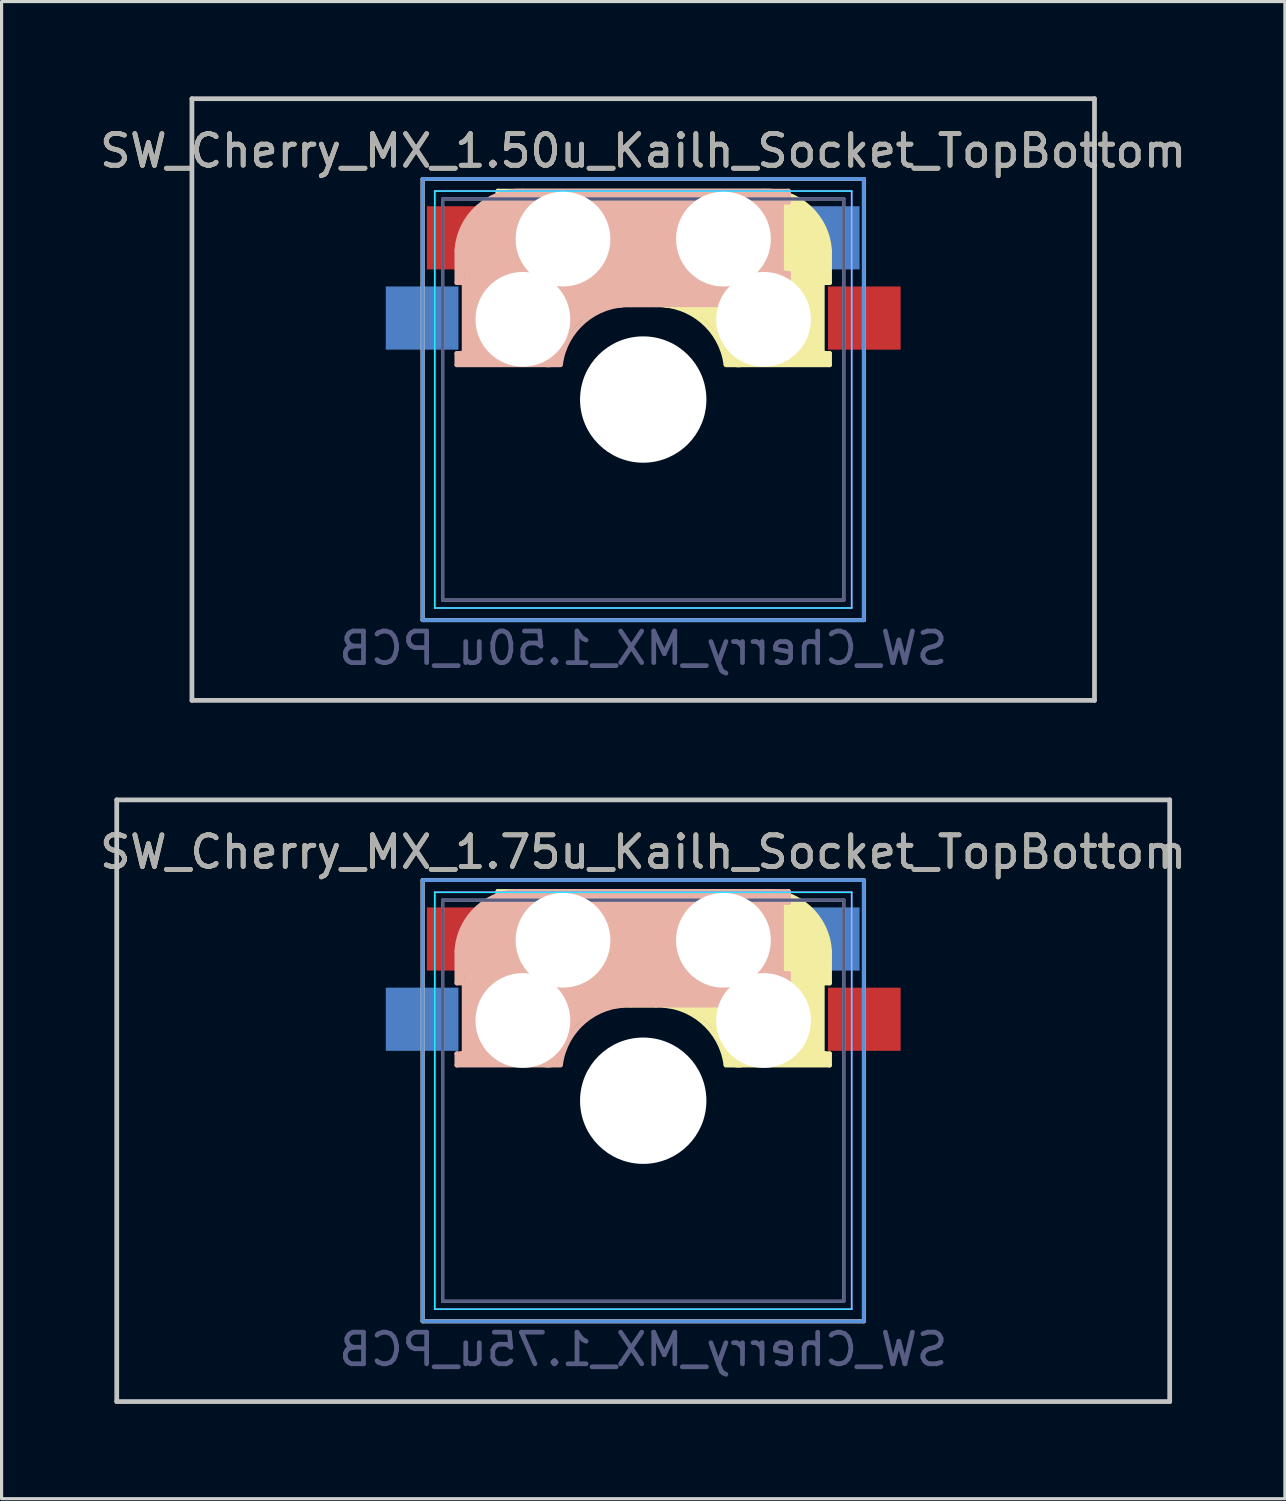
<source format=kicad_pcb>
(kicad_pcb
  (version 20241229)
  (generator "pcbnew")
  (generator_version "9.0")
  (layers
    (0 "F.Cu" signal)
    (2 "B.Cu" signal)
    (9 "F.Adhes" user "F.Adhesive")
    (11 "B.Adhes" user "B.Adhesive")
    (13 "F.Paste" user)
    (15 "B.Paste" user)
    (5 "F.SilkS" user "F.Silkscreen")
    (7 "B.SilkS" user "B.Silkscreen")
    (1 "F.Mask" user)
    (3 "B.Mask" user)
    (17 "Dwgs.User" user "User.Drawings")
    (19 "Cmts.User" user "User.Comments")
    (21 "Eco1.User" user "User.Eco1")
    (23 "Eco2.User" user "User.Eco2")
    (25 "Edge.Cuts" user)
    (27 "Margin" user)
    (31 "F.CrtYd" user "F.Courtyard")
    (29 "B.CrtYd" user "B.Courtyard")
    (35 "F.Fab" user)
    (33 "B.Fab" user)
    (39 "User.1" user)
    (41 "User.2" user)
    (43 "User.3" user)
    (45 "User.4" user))
  (footprint "SW_Cherry_MX_1.50u_Kailh_Socket_TopBottom"
    (layer "F.Cu")
    (at 19.855 4.52)
    (property "Reference" "SW_Cherry_MX_1.50u_Kailh_Socket_TopBottom" (at -2.54 -2.794 0) (layer "F.SilkS") (effects (font (size 1 1) (thickness 0.15))))
    (property "Value" "SW_Cherry_MX_1.50u_PCB" (at -2.54 12.954 0) (layer "F.Fab") (hide yes) (effects (font (size 1 1) (thickness 0.15))))
    (fp_line (start -9.525 -1.905) (end 4.445 -1.905) (stroke (width 0.12) (type solid)) (layer "F.SilkS"))
    (fp_line (start -9.525 12.065) (end -9.525 -1.905) (stroke (width 0.12) (type solid)) (layer "F.SilkS"))
    (fp_line (start -7.14 -1.52) (end 1.26 -1.52) (stroke (width 0.15) (type solid)) (layer "F.SilkS"))
    (fp_line (start -7.14 -1.17) (end -7.14 -1.52) (stroke (width 0.15) (type solid)) (layer "F.SilkS"))
    (fp_line (start -7.14 1.08) (end -6.94 1.08) (stroke (width 0.15) (type solid)) (layer "F.SilkS"))
    (fp_line (start -7.14 2.08) (end -7.14 1.08) (stroke (width 0.15) (type solid)) (layer "F.SilkS"))
    (fp_line (start -6.94 -1.32) (end -5.54 -1.32) (stroke (width 0.4) (type solid)) (layer "F.SilkS"))
    (fp_line (start -6.94 -1.17) (end -7.14 -1.17) (stroke (width 0.15) (type solid)) (layer "F.SilkS"))
    (fp_line (start -6.94 1.18) (end -6.94 1.88) (stroke (width 0.4) (type solid)) (layer "F.SilkS"))
    (fp_line (start -6.92 1.08) (end -6.92 -1.17) (stroke (width 0.15) (type solid)) (layer "F.SilkS"))
    (fp_line (start -6.84 1.78) (end -5.44 1.78) (stroke (width 0.5) (type solid)) (layer "F.SilkS"))
    (fp_line (start -6.44 -0.92) (end -6.44 1.58) (stroke (width 1) (type solid)) (layer "F.SilkS"))
    (fp_line (start -5.14 0.28) (end 1.56 0.28) (stroke (width 3.5) (type solid)) (layer "F.SilkS"))
    (fp_line (start -2.14 2.08) (end -7.14 2.08) (stroke (width 0.15) (type solid)) (layer "F.SilkS"))
    (fp_line (start 1.63 -0.02) (end 1.63 2.22) (stroke (width 3) (type solid)) (layer "F.SilkS"))
    (fp_line (start 2.76 3.48) (end 2.76 1.68) (stroke (width 0.8) (type solid)) (layer "F.SilkS"))
    (fp_line (start 3.13 1.38) (end 3.13 3.62) (stroke (width 0.15) (type solid)) (layer "F.SilkS"))
    (fp_line (start 3.16 3.62) (end 3.36 3.62) (stroke (width 0.15) (type solid)) (layer "F.SilkS"))
    (fp_line (start 3.16 3.78) (end 0.46 3.78) (stroke (width 0.5) (type solid)) (layer "F.SilkS"))
    (fp_line (start 3.26 1.28) (end 3.26 0.38) (stroke (width 0.3) (type solid)) (layer "F.SilkS"))
    (fp_line (start 3.36 0.38) (end 3.36 1.38) (stroke (width 0.15) (type solid)) (layer "F.SilkS"))
    (fp_line (start 3.36 1.38) (end 3.16 1.38) (stroke (width 0.15) (type solid)) (layer "F.SilkS"))
    (fp_line (start 3.36 3.98) (end 0.08 3.98) (stroke (width 0.15) (type solid)) (layer "F.SilkS"))
    (fp_line (start 3.36 3.98) (end 3.36 3.62) (stroke (width 0.15) (type solid)) (layer "F.SilkS"))
    (fp_line (start 4.445 -1.905) (end 4.445 12.065) (stroke (width 0.12) (type solid)) (layer "F.SilkS"))
    (fp_line (start 4.445 12.065) (end -9.525 12.065) (stroke (width 0.12) (type solid)) (layer "F.SilkS"))
    (fp_arc (start -2.14 2.079999) (mid -0.671291 2.593881) (end 0.076318 3.958528) (stroke (width 0.15) (type solid)) (layer "F.SilkS"))
    (fp_arc (start -1.74 1.679999) (mid -0.271291 2.193881) (end 0.476318 3.558528) (stroke (width 1) (type solid)) (layer "F.SilkS"))
    (fp_arc (start 1.26 -1.520002) (mid 2.703504 -1.004926) (end 3.360001 0.379999) (stroke (width 0.15) (type solid)) (layer "F.SilkS"))
    (fp_line (start -9.525 -1.905) (end -9.525 12.065) (stroke (width 0.12) (type solid)) (layer "B.SilkS"))
    (fp_line (start -9.525 12.065) (end 4.445 12.065) (stroke (width 0.12) (type solid)) (layer "B.SilkS"))
    (fp_line (start -8.44 0.38) (end -8.44 1.38) (stroke (width 0.15) (type solid)) (layer "B.SilkS"))
    (fp_line (start -8.44 1.38) (end -8.24 1.38) (stroke (width 0.15) (type solid)) (layer "B.SilkS"))
    (fp_line (start -8.44 3.98) (end -8.44 3.62) (stroke (width 0.15) (type solid)) (layer "B.SilkS"))
    (fp_line (start -8.44 3.98) (end -5.16 3.98) (stroke (width 0.15) (type solid)) (layer "B.SilkS"))
    (fp_line (start -8.34 1.28) (end -8.34 0.38) (stroke (width 0.3) (type solid)) (layer "B.SilkS"))
    (fp_line (start -8.24 3.62) (end -8.44 3.62) (stroke (width 0.15) (type solid)) (layer "B.SilkS"))
    (fp_line (start -8.24 3.78) (end -5.54 3.78) (stroke (width 0.5) (type solid)) (layer "B.SilkS"))
    (fp_line (start -8.21 1.38) (end -8.21 3.62) (stroke (width 0.15) (type solid)) (layer "B.SilkS"))
    (fp_line (start -7.84 3.48) (end -7.84 1.68) (stroke (width 0.8) (type solid)) (layer "B.SilkS"))
    (fp_line (start -6.71 -0.02) (end -6.71 2.22) (stroke (width 3) (type solid)) (layer "B.SilkS"))
    (fp_line (start -2.94 2.08) (end 2.06 2.08) (stroke (width 0.15) (type solid)) (layer "B.SilkS"))
    (fp_line (start 0.06 0.28) (end -6.64 0.28) (stroke (width 3.5) (type solid)) (layer "B.SilkS"))
    (fp_line (start 1.36 -0.92) (end 1.36 1.58) (stroke (width 1) (type solid)) (layer "B.SilkS"))
    (fp_line (start 1.76 1.78) (end 0.36 1.78) (stroke (width 0.5) (type solid)) (layer "B.SilkS"))
    (fp_line (start 1.84 1.08) (end 1.84 -1.17) (stroke (width 0.15) (type solid)) (layer "B.SilkS"))
    (fp_line (start 1.86 -1.32) (end 0.46 -1.32) (stroke (width 0.4) (type solid)) (layer "B.SilkS"))
    (fp_line (start 1.86 -1.17) (end 2.06 -1.17) (stroke (width 0.15) (type solid)) (layer "B.SilkS"))
    (fp_line (start 1.86 1.18) (end 1.86 1.88) (stroke (width 0.4) (type solid)) (layer "B.SilkS"))
    (fp_line (start 2.06 -1.52) (end -6.34 -1.52) (stroke (width 0.15) (type solid)) (layer "B.SilkS"))
    (fp_line (start 2.06 -1.17) (end 2.06 -1.52) (stroke (width 0.15) (type solid)) (layer "B.SilkS"))
    (fp_line (start 2.06 1.08) (end 1.86 1.08) (stroke (width 0.15) (type solid)) (layer "B.SilkS"))
    (fp_line (start 2.06 2.08) (end 2.06 1.08) (stroke (width 0.15) (type solid)) (layer "B.SilkS"))
    (fp_line (start 4.445 -1.905) (end -9.525 -1.905) (stroke (width 0.12) (type solid)) (layer "B.SilkS"))
    (fp_line (start 4.445 12.065) (end 4.445 -1.905) (stroke (width 0.12) (type solid)) (layer "B.SilkS"))
    (fp_arc (start -8.44 0.38) (mid -7.783504 -1.004925) (end -6.340001 -1.520001) (stroke (width 0.15) (type solid)) (layer "B.SilkS"))
    (fp_arc (start -5.556318 3.558528) (mid -4.808709 2.193881) (end -3.34 1.679999) (stroke (width 1) (type solid)) (layer "B.SilkS"))
    (fp_arc (start -5.156318 3.958528) (mid -4.408709 2.593881) (end -2.94 2.079999) (stroke (width 0.15) (type solid)) (layer "B.SilkS"))
    (fp_line (start -16.828 -4.445) (end 11.748 -4.445) (stroke (width 0.15) (type solid)) (layer "Dwgs.User"))
    (fp_line (start -16.828 14.605) (end -16.828 -4.445) (stroke (width 0.15) (type solid)) (layer "Dwgs.User"))
    (fp_line (start 11.748 -4.445) (end 11.748 14.605) (stroke (width 0.15) (type solid)) (layer "Dwgs.User"))
    (fp_line (start 11.748 14.605) (end -16.828 14.605) (stroke (width 0.15) (type solid)) (layer "Dwgs.User"))
    (fp_line (start -9.525 -1.905) (end -9.525 12.065) (stroke (width 0.12) (type solid)) (layer "Cmts.User"))
    (fp_line (start -9.525 -1.905) (end 4.445 -1.905) (stroke (width 0.12) (type solid)) (layer "Cmts.User"))
    (fp_line (start -9.525 12.065) (end 4.445 12.065) (stroke (width 0.12) (type solid)) (layer "Cmts.User"))
    (fp_line (start 4.445 -1.905) (end 4.445 12.065) (stroke (width 0.12) (type solid)) (layer "Cmts.User"))
    (fp_line (start -9.14 -1.52) (end -9.14 11.68) (stroke (width 0.05) (type solid)) (layer "B.CrtYd"))
    (fp_line (start -9.14 11.68) (end 4.06 11.68) (stroke (width 0.05) (type solid)) (layer "B.CrtYd"))
    (fp_line (start 4.06 -1.52) (end -9.14 -1.52) (stroke (width 0.05) (type solid)) (layer "B.CrtYd"))
    (fp_line (start 4.06 11.68) (end 4.06 -1.52) (stroke (width 0.05) (type solid)) (layer "B.CrtYd"))
    (fp_line (start -9.14 -1.52) (end 4.06 -1.52) (stroke (width 0.05) (type solid)) (layer "F.CrtYd"))
    (fp_line (start -9.14 11.68) (end -9.14 -1.52) (stroke (width 0.05) (type solid)) (layer "F.CrtYd"))
    (fp_line (start 4.06 -1.52) (end 4.06 11.68) (stroke (width 0.05) (type solid)) (layer "F.CrtYd"))
    (fp_line (start 4.06 11.68) (end -9.14 11.68) (stroke (width 0.05) (type solid)) (layer "F.CrtYd"))
    (fp_line (start -8.89 -1.27) (end -8.89 11.43) (stroke (width 0.1) (type solid)) (layer "B.Fab"))
    (fp_line (start -8.89 11.43) (end 3.81 11.43) (stroke (width 0.1) (type solid)) (layer "B.Fab"))
    (fp_line (start 3.81 -1.27) (end -8.89 -1.27) (stroke (width 0.1) (type solid)) (layer "B.Fab"))
    (fp_line (start 3.81 11.43) (end 3.81 -1.27) (stroke (width 0.1) (type solid)) (layer "B.Fab"))
    (fp_line (start -8.89 -1.27) (end 3.81 -1.27) (stroke (width 0.1) (type solid)) (layer "F.Fab"))
    (fp_line (start -8.89 11.43) (end -8.89 -1.27) (stroke (width 0.1) (type solid)) (layer "F.Fab"))
    (fp_line (start 3.81 -1.27) (end 3.81 11.43) (stroke (width 0.1) (type solid)) (layer "F.Fab"))
    (fp_line (start 3.81 11.43) (end -8.89 11.43) (stroke (width 0.1) (type solid)) (layer "F.Fab"))
    (fp_text user "${VALUE}" (at -2.54 12.954 0) (layer "B.Fab") (effects (font (size 1 1) (thickness 0.15)) (justify mirror)))
    (fp_text user "${REFERENCE}" (at -2.54 -2.794 0) (layer "F.Fab") (effects (font (size 1 1) (thickness 0.15))))
    (pad "" np_thru_hole circle (at -6.35 2.54) (size 3 3) (drill 3) (layers "*.Cu" "*.Mask"))
    (pad "" np_thru_hole circle (at -5.08 0) (size 3 3) (drill 3) (layers "*.Cu" "*.Mask"))
    (pad "" np_thru_hole circle (at -2.54 5.08) (size 4 4) (drill 4) (layers "*.Cu" "*.Mask"))
    (pad "" np_thru_hole circle (at 0 0) (size 3 3) (drill 3) (layers "*.Cu" "*.Mask"))
    (pad "" np_thru_hole circle (at 1.27 2.54) (size 3 3) (drill 3) (layers "*.Cu" "*.Mask"))
    (pad "1" smd rect (at 3.16 -0.04) (size 2.3 2) (layers "B.Cu" "B.Mask" "B.Paste"))
    (pad "1" smd rect (at 4.46 2.5) (size 2.3 2) (layers "F.Cu" "F.Mask" "F.Paste"))
    (pad "2" smd rect (at -9.54 2.5) (size 2.3 2) (layers "B.Cu" "B.Mask" "B.Paste"))
    (pad "2" smd rect (at -8.24 -0.04) (size 2.3 2) (layers "F.Cu" "F.Mask" "F.Paste")))
  (footprint "SW_Cherry_MX_1.75u_Kailh_Socket_TopBottom"
    (layer "F.Cu")
    (at 19.855 26.72)
    (property "Reference" "SW_Cherry_MX_1.75u_Kailh_Socket_TopBottom" (at -2.54 -2.794 0) (layer "F.SilkS") (effects (font (size 1 1) (thickness 0.15))))
    (property "Value" "SW_Cherry_MX_1.75u_PCB" (at -2.54 12.954 0) (layer "F.Fab") (hide yes) (effects (font (size 1 1) (thickness 0.15))))
    (fp_line (start -9.525 -1.905) (end 4.445 -1.905) (stroke (width 0.12) (type solid)) (layer "F.SilkS"))
    (fp_line (start -9.525 12.065) (end -9.525 -1.905) (stroke (width 0.12) (type solid)) (layer "F.SilkS"))
    (fp_line (start -7.14 -1.547) (end 1.26 -1.547) (stroke (width 0.15) (type solid)) (layer "F.SilkS"))
    (fp_line (start -7.14 -1.197) (end -7.14 -1.547) (stroke (width 0.15) (type solid)) (layer "F.SilkS"))
    (fp_line (start -7.14 1.053) (end -6.94 1.053) (stroke (width 0.15) (type solid)) (layer "F.SilkS"))
    (fp_line (start -7.14 2.053) (end -7.14 1.053) (stroke (width 0.15) (type solid)) (layer "F.SilkS"))
    (fp_line (start -6.94 -1.347) (end -5.54 -1.347) (stroke (width 0.4) (type solid)) (layer "F.SilkS"))
    (fp_line (start -6.94 -1.197) (end -7.14 -1.197) (stroke (width 0.15) (type solid)) (layer "F.SilkS"))
    (fp_line (start -6.94 1.153) (end -6.94 1.853) (stroke (width 0.4) (type solid)) (layer "F.SilkS"))
    (fp_line (start -6.92 1.053) (end -6.92 -1.197) (stroke (width 0.15) (type solid)) (layer "F.SilkS"))
    (fp_line (start -6.84 1.753) (end -5.44 1.753) (stroke (width 0.5) (type solid)) (layer "F.SilkS"))
    (fp_line (start -6.44 -0.947) (end -6.44 1.553) (stroke (width 1) (type solid)) (layer "F.SilkS"))
    (fp_line (start -5.14 0.253) (end 1.56 0.253) (stroke (width 3.5) (type solid)) (layer "F.SilkS"))
    (fp_line (start -2.14 2.053) (end -7.14 2.053) (stroke (width 0.15) (type solid)) (layer "F.SilkS"))
    (fp_line (start 1.63 -0.047) (end 1.63 2.193) (stroke (width 3) (type solid)) (layer "F.SilkS"))
    (fp_line (start 2.76 3.453) (end 2.76 1.653) (stroke (width 0.8) (type solid)) (layer "F.SilkS"))
    (fp_line (start 3.13 1.353) (end 3.13 3.593) (stroke (width 0.15) (type solid)) (layer "F.SilkS"))
    (fp_line (start 3.16 3.593) (end 3.36 3.593) (stroke (width 0.15) (type solid)) (layer "F.SilkS"))
    (fp_line (start 3.16 3.753) (end 0.46 3.753) (stroke (width 0.5) (type solid)) (layer "F.SilkS"))
    (fp_line (start 3.26 1.253) (end 3.26 0.353) (stroke (width 0.3) (type solid)) (layer "F.SilkS"))
    (fp_line (start 3.36 0.353) (end 3.36 1.353) (stroke (width 0.15) (type solid)) (layer "F.SilkS"))
    (fp_line (start 3.36 1.353) (end 3.16 1.353) (stroke (width 0.15) (type solid)) (layer "F.SilkS"))
    (fp_line (start 3.36 3.953) (end 0.08 3.953) (stroke (width 0.15) (type solid)) (layer "F.SilkS"))
    (fp_line (start 3.36 3.953) (end 3.36 3.593) (stroke (width 0.15) (type solid)) (layer "F.SilkS"))
    (fp_line (start 4.445 -1.905) (end 4.445 12.065) (stroke (width 0.12) (type solid)) (layer "F.SilkS"))
    (fp_line (start 4.445 12.065) (end -9.525 12.065) (stroke (width 0.12) (type solid)) (layer "F.SilkS"))
    (fp_arc (start -2.14 2.052633) (mid -0.671291 2.566515) (end 0.076318 3.931162) (stroke (width 0.15) (type solid)) (layer "F.SilkS"))
    (fp_arc (start -1.74 1.652633) (mid -0.271291 2.166515) (end 0.476318 3.531162) (stroke (width 1) (type solid)) (layer "F.SilkS"))
    (fp_arc (start 1.26 -1.547368) (mid 2.703504 -1.032292) (end 3.360001 0.352633) (stroke (width 0.15) (type solid)) (layer "F.SilkS"))
    (fp_line (start -9.525 -1.905) (end -9.525 12.065) (stroke (width 0.12) (type solid)) (layer "B.SilkS"))
    (fp_line (start -9.525 12.065) (end 4.445 12.065) (stroke (width 0.12) (type solid)) (layer "B.SilkS"))
    (fp_line (start -8.44 0.353) (end -8.44 1.353) (stroke (width 0.15) (type solid)) (layer "B.SilkS"))
    (fp_line (start -8.44 1.353) (end -8.24 1.353) (stroke (width 0.15) (type solid)) (layer "B.SilkS"))
    (fp_line (start -8.44 3.953) (end -8.44 3.593) (stroke (width 0.15) (type solid)) (layer "B.SilkS"))
    (fp_line (start -8.44 3.953) (end -5.16 3.953) (stroke (width 0.15) (type solid)) (layer "B.SilkS"))
    (fp_line (start -8.34 1.253) (end -8.34 0.353) (stroke (width 0.3) (type solid)) (layer "B.SilkS"))
    (fp_line (start -8.24 3.593) (end -8.44 3.593) (stroke (width 0.15) (type solid)) (layer "B.SilkS"))
    (fp_line (start -8.24 3.753) (end -5.54 3.753) (stroke (width 0.5) (type solid)) (layer "B.SilkS"))
    (fp_line (start -8.21 1.353) (end -8.21 3.593) (stroke (width 0.15) (type solid)) (layer "B.SilkS"))
    (fp_line (start -7.84 3.453) (end -7.84 1.653) (stroke (width 0.8) (type solid)) (layer "B.SilkS"))
    (fp_line (start -6.71 -0.047) (end -6.71 2.193) (stroke (width 3) (type solid)) (layer "B.SilkS"))
    (fp_line (start -2.94 2.053) (end 2.06 2.053) (stroke (width 0.15) (type solid)) (layer "B.SilkS"))
    (fp_line (start 0.06 0.253) (end -6.64 0.253) (stroke (width 3.5) (type solid)) (layer "B.SilkS"))
    (fp_line (start 1.36 -0.947) (end 1.36 1.553) (stroke (width 1) (type solid)) (layer "B.SilkS"))
    (fp_line (start 1.76 1.753) (end 0.36 1.753) (stroke (width 0.5) (type solid)) (layer "B.SilkS"))
    (fp_line (start 1.84 1.053) (end 1.84 -1.197) (stroke (width 0.15) (type solid)) (layer "B.SilkS"))
    (fp_line (start 1.86 -1.347) (end 0.46 -1.347) (stroke (width 0.4) (type solid)) (layer "B.SilkS"))
    (fp_line (start 1.86 -1.197) (end 2.06 -1.197) (stroke (width 0.15) (type solid)) (layer "B.SilkS"))
    (fp_line (start 1.86 1.153) (end 1.86 1.853) (stroke (width 0.4) (type solid)) (layer "B.SilkS"))
    (fp_line (start 2.06 -1.547) (end -6.34 -1.547) (stroke (width 0.15) (type solid)) (layer "B.SilkS"))
    (fp_line (start 2.06 -1.197) (end 2.06 -1.547) (stroke (width 0.15) (type solid)) (layer "B.SilkS"))
    (fp_line (start 2.06 1.053) (end 1.86 1.053) (stroke (width 0.15) (type solid)) (layer "B.SilkS"))
    (fp_line (start 2.06 2.053) (end 2.06 1.053) (stroke (width 0.15) (type solid)) (layer "B.SilkS"))
    (fp_line (start 4.445 -1.905) (end -9.525 -1.905) (stroke (width 0.12) (type solid)) (layer "B.SilkS"))
    (fp_line (start 4.445 12.065) (end 4.445 -1.905) (stroke (width 0.12) (type solid)) (layer "B.SilkS"))
    (fp_arc (start -8.44 0.352634) (mid -7.783504 -1.032291) (end -6.340001 -1.547367) (stroke (width 0.15) (type solid)) (layer "B.SilkS"))
    (fp_arc (start -5.556318 3.531162) (mid -4.808709 2.166515) (end -3.34 1.652633) (stroke (width 1) (type solid)) (layer "B.SilkS"))
    (fp_arc (start -5.156318 3.931162) (mid -4.408709 2.566515) (end -2.94 2.052633) (stroke (width 0.15) (type solid)) (layer "B.SilkS"))
    (fp_line (start -19.209 -4.445) (end 14.129 -4.445) (stroke (width 0.15) (type solid)) (layer "Dwgs.User"))
    (fp_line (start -19.209 14.605) (end -19.209 -4.445) (stroke (width 0.15) (type solid)) (layer "Dwgs.User"))
    (fp_line (start 14.129 -4.445) (end 14.129 14.605) (stroke (width 0.15) (type solid)) (layer "Dwgs.User"))
    (fp_line (start 14.129 14.605) (end -19.209 14.605) (stroke (width 0.15) (type solid)) (layer "Dwgs.User"))
    (fp_line (start -9.525 -1.905) (end -9.525 12.065) (stroke (width 0.12) (type solid)) (layer "Cmts.User"))
    (fp_line (start -9.525 -1.905) (end 4.445 -1.905) (stroke (width 0.12) (type solid)) (layer "Cmts.User"))
    (fp_line (start 4.445 12.065) (end -9.525 12.065) (stroke (width 0.12) (type solid)) (layer "Cmts.User"))
    (fp_line (start 4.445 12.065) (end 4.445 -1.905) (stroke (width 0.12) (type solid)) (layer "Cmts.User"))
    (fp_line (start -9.14 -1.52) (end -9.14 11.68) (stroke (width 0.05) (type solid)) (layer "B.CrtYd"))
    (fp_line (start -9.14 11.68) (end 4.06 11.68) (stroke (width 0.05) (type solid)) (layer "B.CrtYd"))
    (fp_line (start 4.06 -1.52) (end -9.14 -1.52) (stroke (width 0.05) (type solid)) (layer "B.CrtYd"))
    (fp_line (start 4.06 11.68) (end 4.06 -1.52) (stroke (width 0.05) (type solid)) (layer "B.CrtYd"))
    (fp_line (start -9.14 -1.52) (end 4.06 -1.52) (stroke (width 0.05) (type solid)) (layer "F.CrtYd"))
    (fp_line (start -9.14 11.68) (end -9.14 -1.52) (stroke (width 0.05) (type solid)) (layer "F.CrtYd"))
    (fp_line (start 4.06 -1.52) (end 4.06 11.68) (stroke (width 0.05) (type solid)) (layer "F.CrtYd"))
    (fp_line (start 4.06 11.68) (end -9.14 11.68) (stroke (width 0.05) (type solid)) (layer "F.CrtYd"))
    (fp_line (start -8.89 -1.27) (end -8.89 11.43) (stroke (width 0.1) (type solid)) (layer "B.Fab"))
    (fp_line (start -8.89 11.43) (end 3.81 11.43) (stroke (width 0.1) (type solid)) (layer "B.Fab"))
    (fp_line (start 3.81 -1.27) (end -8.89 -1.27) (stroke (width 0.1) (type solid)) (layer "B.Fab"))
    (fp_line (start 3.81 11.43) (end 3.81 -1.27) (stroke (width 0.1) (type solid)) (layer "B.Fab"))
    (fp_line (start -8.89 -1.27) (end 3.81 -1.27) (stroke (width 0.1) (type solid)) (layer "F.Fab"))
    (fp_line (start -8.89 11.43) (end -8.89 -1.27) (stroke (width 0.1) (type solid)) (layer "F.Fab"))
    (fp_line (start 3.81 -1.27) (end 3.81 11.43) (stroke (width 0.1) (type solid)) (layer "F.Fab"))
    (fp_line (start 3.81 11.43) (end -8.89 11.43) (stroke (width 0.1) (type solid)) (layer "F.Fab"))
    (fp_text user "${VALUE}" (at -2.54 12.954 0) (layer "B.Fab") (effects (font (size 1 1) (thickness 0.15)) (justify mirror)))
    (fp_text user "${REFERENCE}" (at -2.54 -2.794 0) (layer "F.Fab") (effects (font (size 1 1) (thickness 0.15))))
    (pad "" np_thru_hole circle (at -6.35 2.54) (size 3 3) (drill 3) (layers "*.Cu" "*.Mask"))
    (pad "" np_thru_hole circle (at -5.08 0) (size 3 3) (drill 3) (layers "*.Cu" "*.Mask"))
    (pad "" np_thru_hole circle (at -2.54 5.08) (size 4 4) (drill 4) (layers "*.Cu" "*.Mask"))
    (pad "" np_thru_hole circle (at 0 0) (size 3 3) (drill 3) (layers "*.Cu" "*.Mask"))
    (pad "" np_thru_hole circle (at 1.27 2.54) (size 3 3) (drill 3) (layers "*.Cu" "*.Mask"))
    (pad "1" smd rect (at 3.16 -0.04) (size 2.3 2) (layers "B.Cu" "B.Mask" "B.Paste"))
    (pad "1" smd rect (at 4.46 2.5) (size 2.3 2) (layers "F.Cu" "F.Mask" "F.Paste"))
    (pad "2" smd rect (at -9.54 2.5) (size 2.3 2) (layers "B.Cu" "B.Mask" "B.Paste"))
    (pad "2" smd rect (at -8.24 -0.04) (size 2.3 2) (layers "F.Cu" "F.Mask" "F.Paste")))
  (gr_rect
    (start -3 -3)
    (end 37.631 44.4)
    (stroke (width 0.1) (type default))
    (fill no)
    (layer "Edge.Cuts")))
</source>
